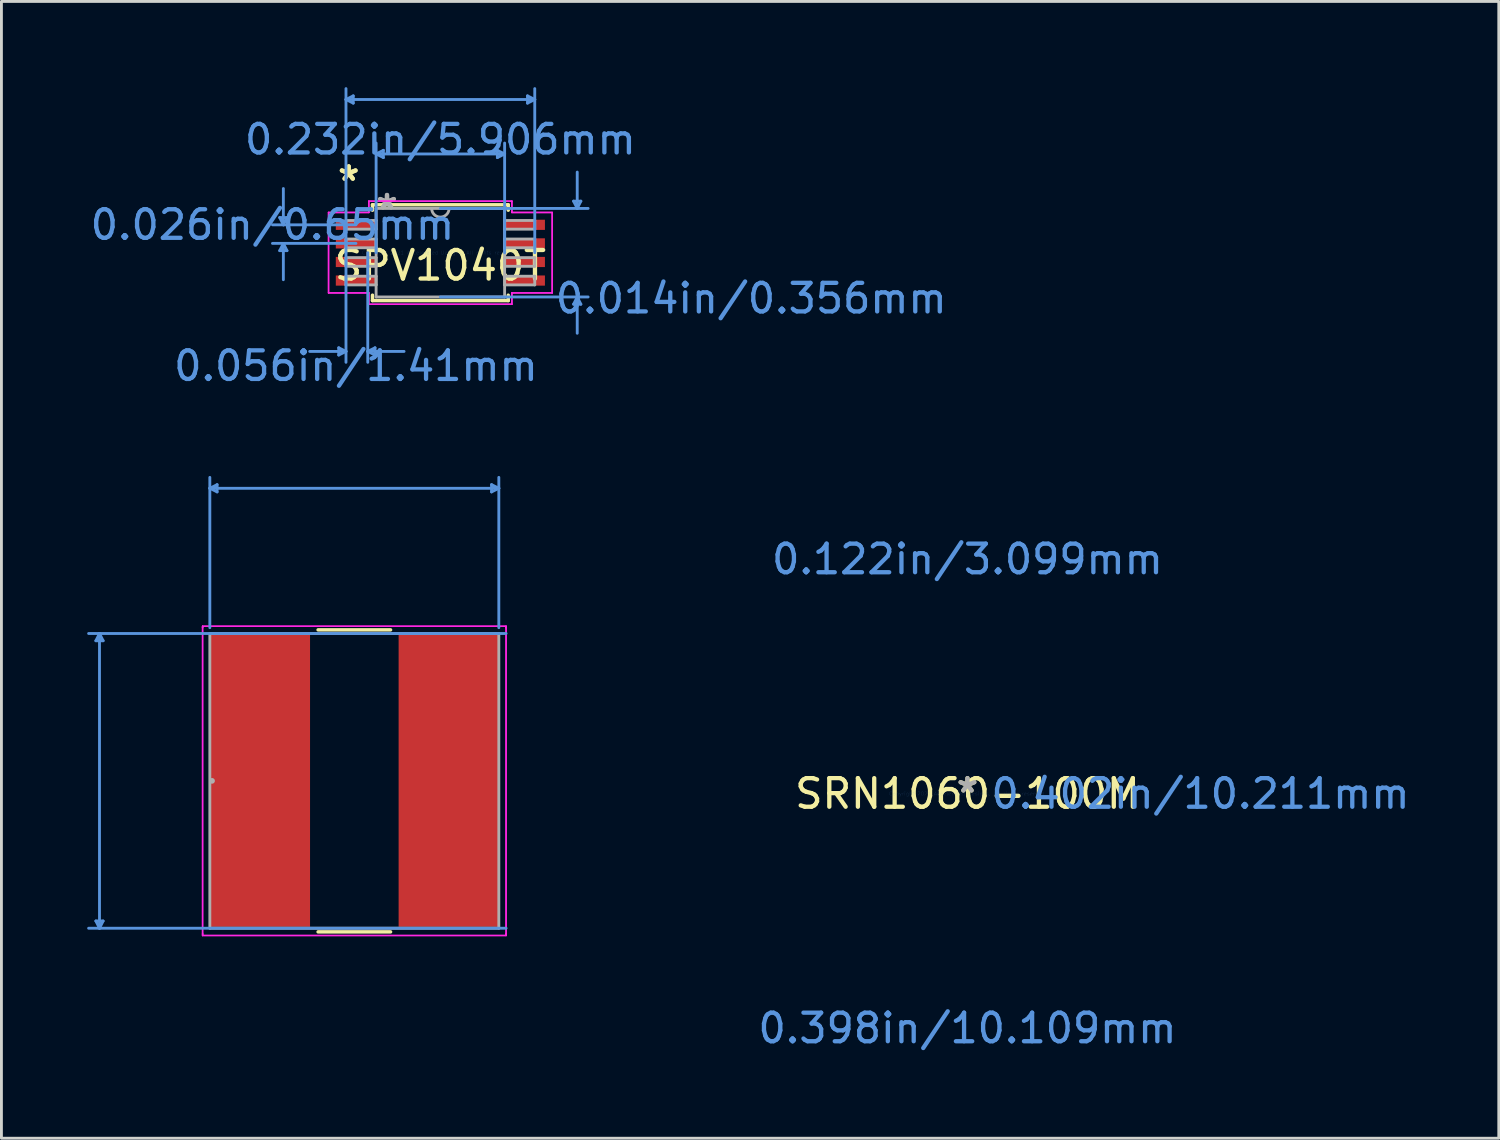
<source format=kicad_pcb>
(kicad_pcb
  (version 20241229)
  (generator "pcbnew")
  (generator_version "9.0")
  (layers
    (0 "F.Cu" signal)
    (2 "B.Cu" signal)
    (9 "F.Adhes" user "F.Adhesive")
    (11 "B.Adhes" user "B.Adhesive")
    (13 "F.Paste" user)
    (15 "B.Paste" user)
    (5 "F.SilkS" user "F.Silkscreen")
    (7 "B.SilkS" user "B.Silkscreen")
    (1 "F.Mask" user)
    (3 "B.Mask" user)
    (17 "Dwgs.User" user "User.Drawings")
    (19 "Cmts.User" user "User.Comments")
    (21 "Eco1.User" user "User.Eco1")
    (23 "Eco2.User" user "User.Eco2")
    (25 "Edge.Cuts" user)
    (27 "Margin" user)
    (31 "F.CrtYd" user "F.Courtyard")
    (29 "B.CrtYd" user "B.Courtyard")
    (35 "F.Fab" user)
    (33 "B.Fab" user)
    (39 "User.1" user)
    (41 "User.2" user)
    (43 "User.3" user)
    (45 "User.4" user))
  (footprint "SPV1040T"
    (layer "F.Cu")
    (at 12.356 5.79)
    (property "Reference" "SPV1040T" (at 0 0.45 0) (layer "F.SilkS") (effects (font (size 1 1) (thickness 0.15))))
    (attr through_hole)
    (fp_line (start -2.375 -1.676) (end -2.375 -1.486) (stroke (width 0.12) (type solid)) (layer "F.SilkS"))
    (fp_line (start -2.375 1.486) (end -2.375 1.676) (stroke (width 0.12) (type solid)) (layer "F.SilkS"))
    (fp_line (start -2.375 1.676) (end 2.375 1.676) (stroke (width 0.12) (type solid)) (layer "F.SilkS"))
    (fp_line (start 2.375 -1.676) (end -2.375 -1.676) (stroke (width 0.12) (type solid)) (layer "F.SilkS"))
    (fp_line (start 2.375 -1.486) (end 2.375 -1.676) (stroke (width 0.12) (type solid)) (layer "F.SilkS"))
    (fp_line (start 2.375 1.676) (end 2.375 1.486) (stroke (width 0.12) (type solid)) (layer "F.SilkS"))
    (fp_line (start -5.62 -1.229) (end -5.366 -1.229) (stroke (width 0.1) (type solid)) (layer "Cmts.User"))
    (fp_line (start -5.62 -0.071) (end -5.366 -0.071) (stroke (width 0.1) (type solid)) (layer "Cmts.User"))
    (fp_line (start -5.493 -0.975) (end -5.62 -1.229) (stroke (width 0.1) (type solid)) (layer "Cmts.User"))
    (fp_line (start -5.493 -0.975) (end -5.493 -2.245) (stroke (width 0.1) (type solid)) (layer "Cmts.User"))
    (fp_line (start -5.493 -0.975) (end -5.366 -1.229) (stroke (width 0.1) (type solid)) (layer "Cmts.User"))
    (fp_line (start -5.493 -0.325) (end -5.62 -0.071) (stroke (width 0.1) (type solid)) (layer "Cmts.User"))
    (fp_line (start -5.493 -0.325) (end -5.493 0.945) (stroke (width 0.1) (type solid)) (layer "Cmts.User"))
    (fp_line (start -5.493 -0.325) (end -5.366 -0.071) (stroke (width 0.1) (type solid)) (layer "Cmts.User"))
    (fp_line (start -3.556 3.327) (end -3.556 3.581) (stroke (width 0.1) (type solid)) (layer "Cmts.User"))
    (fp_line (start -3.302 -5.359) (end -3.048 -5.486) (stroke (width 0.1) (type solid)) (layer "Cmts.User"))
    (fp_line (start -3.302 -5.359) (end -3.048 -5.232) (stroke (width 0.1) (type solid)) (layer "Cmts.User"))
    (fp_line (start -3.302 -5.359) (end 3.302 -5.359) (stroke (width 0.1) (type solid)) (layer "Cmts.User"))
    (fp_line (start -3.302 0) (end -3.302 -5.74) (stroke (width 0.1) (type solid)) (layer "Cmts.User"))
    (fp_line (start -3.302 0) (end -3.302 3.835) (stroke (width 0.1) (type solid)) (layer "Cmts.User"))
    (fp_line (start -3.302 3.454) (end -4.572 3.454) (stroke (width 0.1) (type solid)) (layer "Cmts.User"))
    (fp_line (start -3.302 3.454) (end -3.556 3.327) (stroke (width 0.1) (type solid)) (layer "Cmts.User"))
    (fp_line (start -3.302 3.454) (end -3.556 3.581) (stroke (width 0.1) (type solid)) (layer "Cmts.User"))
    (fp_line (start -3.048 -5.486) (end -3.048 -5.232) (stroke (width 0.1) (type solid)) (layer "Cmts.User"))
    (fp_line (start -2.953 -0.975) (end -5.874 -0.975) (stroke (width 0.1) (type solid)) (layer "Cmts.User"))
    (fp_line (start -2.953 -0.325) (end -5.874 -0.325) (stroke (width 0.1) (type solid)) (layer "Cmts.User"))
    (fp_line (start -2.54 0) (end -2.54 3.835) (stroke (width 0.1) (type solid)) (layer "Cmts.User"))
    (fp_line (start -2.54 3.454) (end -2.286 3.327) (stroke (width 0.1) (type solid)) (layer "Cmts.User"))
    (fp_line (start -2.54 3.454) (end -2.286 3.581) (stroke (width 0.1) (type solid)) (layer "Cmts.User"))
    (fp_line (start -2.54 3.454) (end -1.27 3.454) (stroke (width 0.1) (type solid)) (layer "Cmts.User"))
    (fp_line (start -2.286 3.327) (end -2.286 3.581) (stroke (width 0.1) (type solid)) (layer "Cmts.User"))
    (fp_line (start -2.248 -3.454) (end -1.994 -3.581) (stroke (width 0.1) (type solid)) (layer "Cmts.User"))
    (fp_line (start -2.248 -3.454) (end -1.994 -3.327) (stroke (width 0.1) (type solid)) (layer "Cmts.User"))
    (fp_line (start -2.248 -3.454) (end 2.248 -3.454) (stroke (width 0.1) (type solid)) (layer "Cmts.User"))
    (fp_line (start -2.248 0) (end -2.248 -3.835) (stroke (width 0.1) (type solid)) (layer "Cmts.User"))
    (fp_line (start -1.994 -3.581) (end -1.994 -3.327) (stroke (width 0.1) (type solid)) (layer "Cmts.User"))
    (fp_line (start 0 -1.549) (end 5.169 -1.549) (stroke (width 0.1) (type solid)) (layer "Cmts.User"))
    (fp_line (start 0 1.549) (end 5.169 1.549) (stroke (width 0.1) (type solid)) (layer "Cmts.User"))
    (fp_line (start 1.994 -3.581) (end 1.994 -3.327) (stroke (width 0.1) (type solid)) (layer "Cmts.User"))
    (fp_line (start 2.248 -3.454) (end 1.994 -3.581) (stroke (width 0.1) (type solid)) (layer "Cmts.User"))
    (fp_line (start 2.248 -3.454) (end 1.994 -3.327) (stroke (width 0.1) (type solid)) (layer "Cmts.User"))
    (fp_line (start 2.248 0) (end 2.248 -3.835) (stroke (width 0.1) (type solid)) (layer "Cmts.User"))
    (fp_line (start 3.048 -5.486) (end 3.048 -5.232) (stroke (width 0.1) (type solid)) (layer "Cmts.User"))
    (fp_line (start 3.302 -5.359) (end 3.048 -5.486) (stroke (width 0.1) (type solid)) (layer "Cmts.User"))
    (fp_line (start 3.302 -5.359) (end 3.048 -5.232) (stroke (width 0.1) (type solid)) (layer "Cmts.User"))
    (fp_line (start 3.302 0) (end 3.302 -5.74) (stroke (width 0.1) (type solid)) (layer "Cmts.User"))
    (fp_line (start 4.661 -1.803) (end 4.915 -1.803) (stroke (width 0.1) (type solid)) (layer "Cmts.User"))
    (fp_line (start 4.661 1.803) (end 4.915 1.803) (stroke (width 0.1) (type solid)) (layer "Cmts.User"))
    (fp_line (start 4.788 -1.549) (end 4.661 -1.803) (stroke (width 0.1) (type solid)) (layer "Cmts.User"))
    (fp_line (start 4.788 -1.549) (end 4.788 -2.819) (stroke (width 0.1) (type solid)) (layer "Cmts.User"))
    (fp_line (start 4.788 -1.549) (end 4.915 -1.803) (stroke (width 0.1) (type solid)) (layer "Cmts.User"))
    (fp_line (start 4.788 1.549) (end 4.661 1.803) (stroke (width 0.1) (type solid)) (layer "Cmts.User"))
    (fp_line (start 4.788 1.549) (end 4.788 2.819) (stroke (width 0.1) (type solid)) (layer "Cmts.User"))
    (fp_line (start 4.788 1.549) (end 4.915 1.803) (stroke (width 0.1) (type solid)) (layer "Cmts.User"))
    (fp_line (start -3.912 -1.407) (end -2.502 -1.407) (stroke (width 0.05) (type solid)) (layer "F.CrtYd"))
    (fp_line (start -3.912 -1.407) (end -2.502 -1.407) (stroke (width 0.05) (type solid)) (layer "F.CrtYd"))
    (fp_line (start -3.912 1.407) (end -3.912 -1.407) (stroke (width 0.05) (type solid)) (layer "F.CrtYd"))
    (fp_line (start -3.912 1.407) (end -3.912 -1.407) (stroke (width 0.05) (type solid)) (layer "F.CrtYd"))
    (fp_line (start -3.912 1.407) (end -2.502 1.407) (stroke (width 0.05) (type solid)) (layer "F.CrtYd"))
    (fp_line (start -2.502 -1.803) (end 2.502 -1.803) (stroke (width 0.05) (type solid)) (layer "F.CrtYd"))
    (fp_line (start -2.502 -1.803) (end 2.502 -1.803) (stroke (width 0.05) (type solid)) (layer "F.CrtYd"))
    (fp_line (start -2.502 -1.407) (end -2.502 -1.803) (stroke (width 0.05) (type solid)) (layer "F.CrtYd"))
    (fp_line (start -2.502 -1.407) (end -2.502 -1.803) (stroke (width 0.05) (type solid)) (layer "F.CrtYd"))
    (fp_line (start -2.502 1.407) (end -3.912 1.407) (stroke (width 0.05) (type solid)) (layer "F.CrtYd"))
    (fp_line (start -2.502 1.803) (end -2.502 1.407) (stroke (width 0.05) (type solid)) (layer "F.CrtYd"))
    (fp_line (start -2.502 1.803) (end -2.502 1.407) (stroke (width 0.05) (type solid)) (layer "F.CrtYd"))
    (fp_line (start 2.502 -1.803) (end 2.502 -1.407) (stroke (width 0.05) (type solid)) (layer "F.CrtYd"))
    (fp_line (start 2.502 -1.803) (end 2.502 -1.407) (stroke (width 0.05) (type solid)) (layer "F.CrtYd"))
    (fp_line (start 2.502 -1.407) (end 3.912 -1.407) (stroke (width 0.05) (type solid)) (layer "F.CrtYd"))
    (fp_line (start 2.502 1.407) (end 2.502 1.803) (stroke (width 0.05) (type solid)) (layer "F.CrtYd"))
    (fp_line (start 2.502 1.407) (end 2.502 1.803) (stroke (width 0.05) (type solid)) (layer "F.CrtYd"))
    (fp_line (start 2.502 1.803) (end -2.502 1.803) (stroke (width 0.05) (type solid)) (layer "F.CrtYd"))
    (fp_line (start 2.502 1.803) (end -2.502 1.803) (stroke (width 0.05) (type solid)) (layer "F.CrtYd"))
    (fp_line (start 3.912 -1.407) (end 2.502 -1.407) (stroke (width 0.05) (type solid)) (layer "F.CrtYd"))
    (fp_line (start 3.912 -1.407) (end 3.912 1.407) (stroke (width 0.05) (type solid)) (layer "F.CrtYd"))
    (fp_line (start 3.912 -1.407) (end 3.912 1.407) (stroke (width 0.05) (type solid)) (layer "F.CrtYd"))
    (fp_line (start 3.912 1.407) (end 2.502 1.407) (stroke (width 0.05) (type solid)) (layer "F.CrtYd"))
    (fp_line (start 3.912 1.407) (end 2.502 1.407) (stroke (width 0.05) (type solid)) (layer "F.CrtYd"))
    (fp_line (start -3.302 -1.127) (end -3.302 -0.823) (stroke (width 0.1) (type solid)) (layer "F.Fab"))
    (fp_line (start -3.302 -0.823) (end -2.248 -0.823) (stroke (width 0.1) (type solid)) (layer "F.Fab"))
    (fp_line (start -3.302 -0.477) (end -3.302 -0.173) (stroke (width 0.1) (type solid)) (layer "F.Fab"))
    (fp_line (start -3.302 -0.173) (end -2.248 -0.173) (stroke (width 0.1) (type solid)) (layer "F.Fab"))
    (fp_line (start -3.302 0.173) (end -3.302 0.477) (stroke (width 0.1) (type solid)) (layer "F.Fab"))
    (fp_line (start -3.302 0.477) (end -2.248 0.477) (stroke (width 0.1) (type solid)) (layer "F.Fab"))
    (fp_line (start -3.302 0.823) (end -3.302 1.127) (stroke (width 0.1) (type solid)) (layer "F.Fab"))
    (fp_line (start -3.302 1.127) (end -2.248 1.127) (stroke (width 0.1) (type solid)) (layer "F.Fab"))
    (fp_line (start -2.248 -1.549) (end -2.248 1.549) (stroke (width 0.1) (type solid)) (layer "F.Fab"))
    (fp_line (start -2.248 -1.127) (end -3.302 -1.127) (stroke (width 0.1) (type solid)) (layer "F.Fab"))
    (fp_line (start -2.248 -0.823) (end -2.248 -1.127) (stroke (width 0.1) (type solid)) (layer "F.Fab"))
    (fp_line (start -2.248 -0.477) (end -3.302 -0.477) (stroke (width 0.1) (type solid)) (layer "F.Fab"))
    (fp_line (start -2.248 -0.173) (end -2.248 -0.477) (stroke (width 0.1) (type solid)) (layer "F.Fab"))
    (fp_line (start -2.248 0.173) (end -3.302 0.173) (stroke (width 0.1) (type solid)) (layer "F.Fab"))
    (fp_line (start -2.248 0.477) (end -2.248 0.173) (stroke (width 0.1) (type solid)) (layer "F.Fab"))
    (fp_line (start -2.248 0.823) (end -3.302 0.823) (stroke (width 0.1) (type solid)) (layer "F.Fab"))
    (fp_line (start -2.248 1.127) (end -2.248 0.823) (stroke (width 0.1) (type solid)) (layer "F.Fab"))
    (fp_line (start -2.248 1.549) (end 2.248 1.549) (stroke (width 0.1) (type solid)) (layer "F.Fab"))
    (fp_line (start 2.248 -1.549) (end -2.248 -1.549) (stroke (width 0.1) (type solid)) (layer "F.Fab"))
    (fp_line (start 2.248 -1.127) (end 2.248 -0.823) (stroke (width 0.1) (type solid)) (layer "F.Fab"))
    (fp_line (start 2.248 -0.823) (end 3.302 -0.823) (stroke (width 0.1) (type solid)) (layer "F.Fab"))
    (fp_line (start 2.248 -0.477) (end 2.248 -0.173) (stroke (width 0.1) (type solid)) (layer "F.Fab"))
    (fp_line (start 2.248 -0.173) (end 3.302 -0.173) (stroke (width 0.1) (type solid)) (layer "F.Fab"))
    (fp_line (start 2.248 0.173) (end 2.248 0.477) (stroke (width 0.1) (type solid)) (layer "F.Fab"))
    (fp_line (start 2.248 0.477) (end 3.302 0.477) (stroke (width 0.1) (type solid)) (layer "F.Fab"))
    (fp_line (start 2.248 0.823) (end 2.248 1.127) (stroke (width 0.1) (type solid)) (layer "F.Fab"))
    (fp_line (start 2.248 1.127) (end 3.302 1.127) (stroke (width 0.1) (type solid)) (layer "F.Fab"))
    (fp_line (start 2.248 1.549) (end 2.248 -1.549) (stroke (width 0.1) (type solid)) (layer "F.Fab"))
    (fp_line (start 3.302 -1.127) (end 2.248 -1.127) (stroke (width 0.1) (type solid)) (layer "F.Fab"))
    (fp_line (start 3.302 -0.823) (end 3.302 -1.127) (stroke (width 0.1) (type solid)) (layer "F.Fab"))
    (fp_line (start 3.302 -0.477) (end 2.248 -0.477) (stroke (width 0.1) (type solid)) (layer "F.Fab"))
    (fp_line (start 3.302 -0.173) (end 3.302 -0.477) (stroke (width 0.1) (type solid)) (layer "F.Fab"))
    (fp_line (start 3.302 0.173) (end 2.248 0.173) (stroke (width 0.1) (type solid)) (layer "F.Fab"))
    (fp_line (start 3.302 0.477) (end 3.302 0.173) (stroke (width 0.1) (type solid)) (layer "F.Fab"))
    (fp_line (start 3.302 0.823) (end 2.248 0.823) (stroke (width 0.1) (type solid)) (layer "F.Fab"))
    (fp_line (start 3.302 1.127) (end 3.302 0.823) (stroke (width 0.1) (type solid)) (layer "F.Fab"))
    (fp_arc (start 0.3048 -1.5494) (mid 0 -1.2446) (end -0.3048 -1.5494) (stroke (width 0.1) (type solid)) (layer "F.Fab"))
    (fp_text user "*" (at -3.207 -2.474 0) (layer "F.SilkS") (effects (font (size 1 1) (thickness 0.15))))
    (fp_text user "*" (at -3.207 -2.474 0) (layer "F.SilkS") (effects (font (size 1 1) (thickness 0.15))))
    (fp_text user "0.232in/5.906mm" (at 0 -3.962 0) (layer "Cmts.User") (effects (font (size 1 1) (thickness 0.15))))
    (fp_text user "0.026in/0.65mm" (at -5.874 -0.975 0) (layer "Cmts.User") (effects (font (size 1 1) (thickness 0.15))))
    (fp_text user "0.014in/0.356mm" (at 10.876 1.6 0) (layer "Cmts.User") (effects (font (size 1 1) (thickness 0.15))))
    (fp_text user "0.056in/1.41mm" (at -2.953 3.962 0) (layer "Cmts.User") (effects (font (size 1 1) (thickness 0.15))))
    (fp_text user "Copyright 2021 Accelerated Designs. All rights reserved." (at 0 0 0) (layer "Cmts.User") (effects (font (size 0.127 0.127) (thickness 0.002))))
    (fp_text user "*" (at -1.867 -1.473 0) (layer "F.Fab") (effects (font (size 1 1) (thickness 0.15))))
    (fp_text user "*" (at -1.867 -1.473 0) (layer "F.Fab") (effects (font (size 1 1) (thickness 0.15))))
    (pad "1" smd rect (at -2.953 -0.975) (size 1.41 0.356) (layers "F.Cu" "F.Mask" "F.Paste"))
    (pad "2" smd rect (at -2.953 -0.325) (size 1.41 0.356) (layers "F.Cu" "F.Mask" "F.Paste"))
    (pad "3" smd rect (at -2.953 0.325) (size 1.41 0.356) (layers "F.Cu" "F.Mask" "F.Paste"))
    (pad "4" smd rect (at -2.953 0.975) (size 1.41 0.356) (layers "F.Cu" "F.Mask" "F.Paste"))
    (pad "5" smd rect (at 2.953 0.975) (size 1.41 0.356) (layers "F.Cu" "F.Mask" "F.Paste"))
    (pad "6" smd rect (at 2.953 0.325) (size 1.41 0.356) (layers "F.Cu" "F.Mask" "F.Paste"))
    (pad "7" smd rect (at 2.953 -0.325) (size 1.41 0.356) (layers "F.Cu" "F.Mask" "F.Paste"))
    (pad "8" smd rect (at 2.953 -0.975) (size 1.41 0.356) (layers "F.Cu" "F.Mask" "F.Paste")))
  (footprint "SRN1060-100M"
    (layer "F.Cu")
    (at 9.346 24.268)
    (property "Reference" "SRN1060-100M" (at 21.45 0.45 0) (layer "F.SilkS") (effects (font (size 1 1) (thickness 0.15))))
    (attr through_hole)
    (fp_line (start -1.268 5.283) (end 1.268 5.283) (stroke (width 0.12) (type solid)) (layer "F.SilkS"))
    (fp_line (start 1.268 -5.283) (end -1.268 -5.283) (stroke (width 0.12) (type solid)) (layer "F.SilkS"))
    (fp_line (start -9.042 -4.902) (end -8.788 -4.902) (stroke (width 0.1) (type solid)) (layer "Cmts.User"))
    (fp_line (start -9.042 4.902) (end -8.788 4.902) (stroke (width 0.1) (type solid)) (layer "Cmts.User"))
    (fp_line (start -8.915 -5.156) (end -9.042 -4.902) (stroke (width 0.1) (type solid)) (layer "Cmts.User"))
    (fp_line (start -8.915 -5.156) (end -8.915 5.156) (stroke (width 0.1) (type solid)) (layer "Cmts.User"))
    (fp_line (start -8.915 -5.156) (end -8.788 -4.902) (stroke (width 0.1) (type solid)) (layer "Cmts.User"))
    (fp_line (start -8.915 5.156) (end -9.042 4.902) (stroke (width 0.1) (type solid)) (layer "Cmts.User"))
    (fp_line (start -8.915 5.156) (end -8.788 4.902) (stroke (width 0.1) (type solid)) (layer "Cmts.User"))
    (fp_line (start -5.055 -10.236) (end -4.801 -10.363) (stroke (width 0.1) (type solid)) (layer "Cmts.User"))
    (fp_line (start -5.055 -10.236) (end -4.801 -10.109) (stroke (width 0.1) (type solid)) (layer "Cmts.User"))
    (fp_line (start -5.055 -10.236) (end 5.055 -10.236) (stroke (width 0.1) (type solid)) (layer "Cmts.User"))
    (fp_line (start -5.055 -5.359) (end -5.055 -10.617) (stroke (width 0.1) (type solid)) (layer "Cmts.User"))
    (fp_line (start -4.801 -10.363) (end -4.801 -10.109) (stroke (width 0.1) (type solid)) (layer "Cmts.User"))
    (fp_line (start 4.801 -10.363) (end 4.801 -10.109) (stroke (width 0.1) (type solid)) (layer "Cmts.User"))
    (fp_line (start 5.055 -10.236) (end 4.801 -10.363) (stroke (width 0.1) (type solid)) (layer "Cmts.User"))
    (fp_line (start 5.055 -10.236) (end 4.801 -10.109) (stroke (width 0.1) (type solid)) (layer "Cmts.User"))
    (fp_line (start 5.055 -5.359) (end 5.055 -10.617) (stroke (width 0.1) (type solid)) (layer "Cmts.User"))
    (fp_line (start 5.309 -5.156) (end -9.296 -5.156) (stroke (width 0.1) (type solid)) (layer "Cmts.User"))
    (fp_line (start 5.309 5.156) (end -9.296 5.156) (stroke (width 0.1) (type solid)) (layer "Cmts.User"))
    (fp_line (start -5.309 -5.41) (end 5.309 -5.41) (stroke (width 0.05) (type solid)) (layer "F.CrtYd"))
    (fp_line (start -5.309 -5.41) (end 5.309 -5.41) (stroke (width 0.05) (type solid)) (layer "F.CrtYd"))
    (fp_line (start -5.309 -5.359) (end -5.309 -5.41) (stroke (width 0.05) (type solid)) (layer "F.CrtYd"))
    (fp_line (start -5.309 -5.359) (end -5.309 -5.41) (stroke (width 0.05) (type solid)) (layer "F.CrtYd"))
    (fp_line (start -5.309 -5.359) (end -5.309 -5.359) (stroke (width 0.05) (type solid)) (layer "F.CrtYd"))
    (fp_line (start -5.309 -5.359) (end -5.309 -5.359) (stroke (width 0.05) (type solid)) (layer "F.CrtYd"))
    (fp_line (start -5.309 5.359) (end -5.309 -5.359) (stroke (width 0.05) (type solid)) (layer "F.CrtYd"))
    (fp_line (start -5.309 5.359) (end -5.309 -5.359) (stroke (width 0.05) (type solid)) (layer "F.CrtYd"))
    (fp_line (start -5.309 5.359) (end -5.309 5.359) (stroke (width 0.05) (type solid)) (layer "F.CrtYd"))
    (fp_line (start -5.309 5.359) (end -5.309 5.359) (stroke (width 0.05) (type solid)) (layer "F.CrtYd"))
    (fp_line (start -5.309 5.41) (end -5.309 5.359) (stroke (width 0.05) (type solid)) (layer "F.CrtYd"))
    (fp_line (start -5.309 5.41) (end -5.309 5.359) (stroke (width 0.05) (type solid)) (layer "F.CrtYd"))
    (fp_line (start 5.309 -5.41) (end 5.309 -5.359) (stroke (width 0.05) (type solid)) (layer "F.CrtYd"))
    (fp_line (start 5.309 -5.41) (end 5.309 -5.359) (stroke (width 0.05) (type solid)) (layer "F.CrtYd"))
    (fp_line (start 5.309 -5.359) (end 5.309 -5.359) (stroke (width 0.05) (type solid)) (layer "F.CrtYd"))
    (fp_line (start 5.309 -5.359) (end 5.309 -5.359) (stroke (width 0.05) (type solid)) (layer "F.CrtYd"))
    (fp_line (start 5.309 -5.359) (end 5.309 5.359) (stroke (width 0.05) (type solid)) (layer "F.CrtYd"))
    (fp_line (start 5.309 -5.359) (end 5.309 5.359) (stroke (width 0.05) (type solid)) (layer "F.CrtYd"))
    (fp_line (start 5.309 5.359) (end 5.309 5.359) (stroke (width 0.05) (type solid)) (layer "F.CrtYd"))
    (fp_line (start 5.309 5.359) (end 5.309 5.359) (stroke (width 0.05) (type solid)) (layer "F.CrtYd"))
    (fp_line (start 5.309 5.359) (end 5.309 5.41) (stroke (width 0.05) (type solid)) (layer "F.CrtYd"))
    (fp_line (start 5.309 5.359) (end 5.309 5.41) (stroke (width 0.05) (type solid)) (layer "F.CrtYd"))
    (fp_line (start 5.309 5.41) (end -5.309 5.41) (stroke (width 0.05) (type solid)) (layer "F.CrtYd"))
    (fp_line (start 5.309 5.41) (end -5.309 5.41) (stroke (width 0.05) (type solid)) (layer "F.CrtYd"))
    (fp_line (start -5.055 -5.156) (end -5.055 5.156) (stroke (width 0.1) (type solid)) (layer "F.Fab"))
    (fp_line (start -5.055 5.156) (end 5.055 5.156) (stroke (width 0.1) (type solid)) (layer "F.Fab"))
    (fp_line (start 5.055 -5.156) (end -5.055 -5.156) (stroke (width 0.1) (type solid)) (layer "F.Fab"))
    (fp_line (start 5.055 5.156) (end 5.055 -5.156) (stroke (width 0.1) (type solid)) (layer "F.Fab"))
    (fp_circle (center -4.978 0) (end -4.978 0) (stroke (width 0.1) (type solid)) (fill no) (layer "F.Fab"))
    (fp_text user "*" (at 21.45 0.45 0) (layer "F.SilkS") (effects (font (size 1 1) (thickness 0.15))))
    (fp_text user "0.398in/10.109mm" (at 21.45 8.654 0) (layer "Cmts.User") (effects (font (size 1 1) (thickness 0.15))))
    (fp_text user "0.122in/3.099mm" (at 21.45 -7.754 0) (layer "Cmts.User") (effects (font (size 1 1) (thickness 0.15))))
    (fp_text user "Copyright 2021 Accelerated Designs. All rights reserved." (at 21.45 0.45 0) (layer "Cmts.User") (effects (font (size 0.127 0.127) (thickness 0.002))))
    (fp_text user "0.402in/10.211mm" (at 29.603 0.45 0) (layer "Cmts.User") (effects (font (size 1 1) (thickness 0.15))))
    (fp_text user "*" (at 21.45 0.45 0) (layer "F.Fab") (effects (font (size 1 1) (thickness 0.15))))
    (pad "1" smd rect (at -3.302 0) (size 3.505 10.211) (layers "F.Cu" "F.Mask" "F.Paste"))
    (pad "2" smd rect (at 3.302 0) (size 3.505 10.211) (layers "F.Cu" "F.Mask" "F.Paste")))
  (gr_rect
    (start -3 -3)
    (end 49.384 36.771)
    (stroke (width 0.1) (type default))
    (fill no)
    (layer "Edge.Cuts")))
</source>
